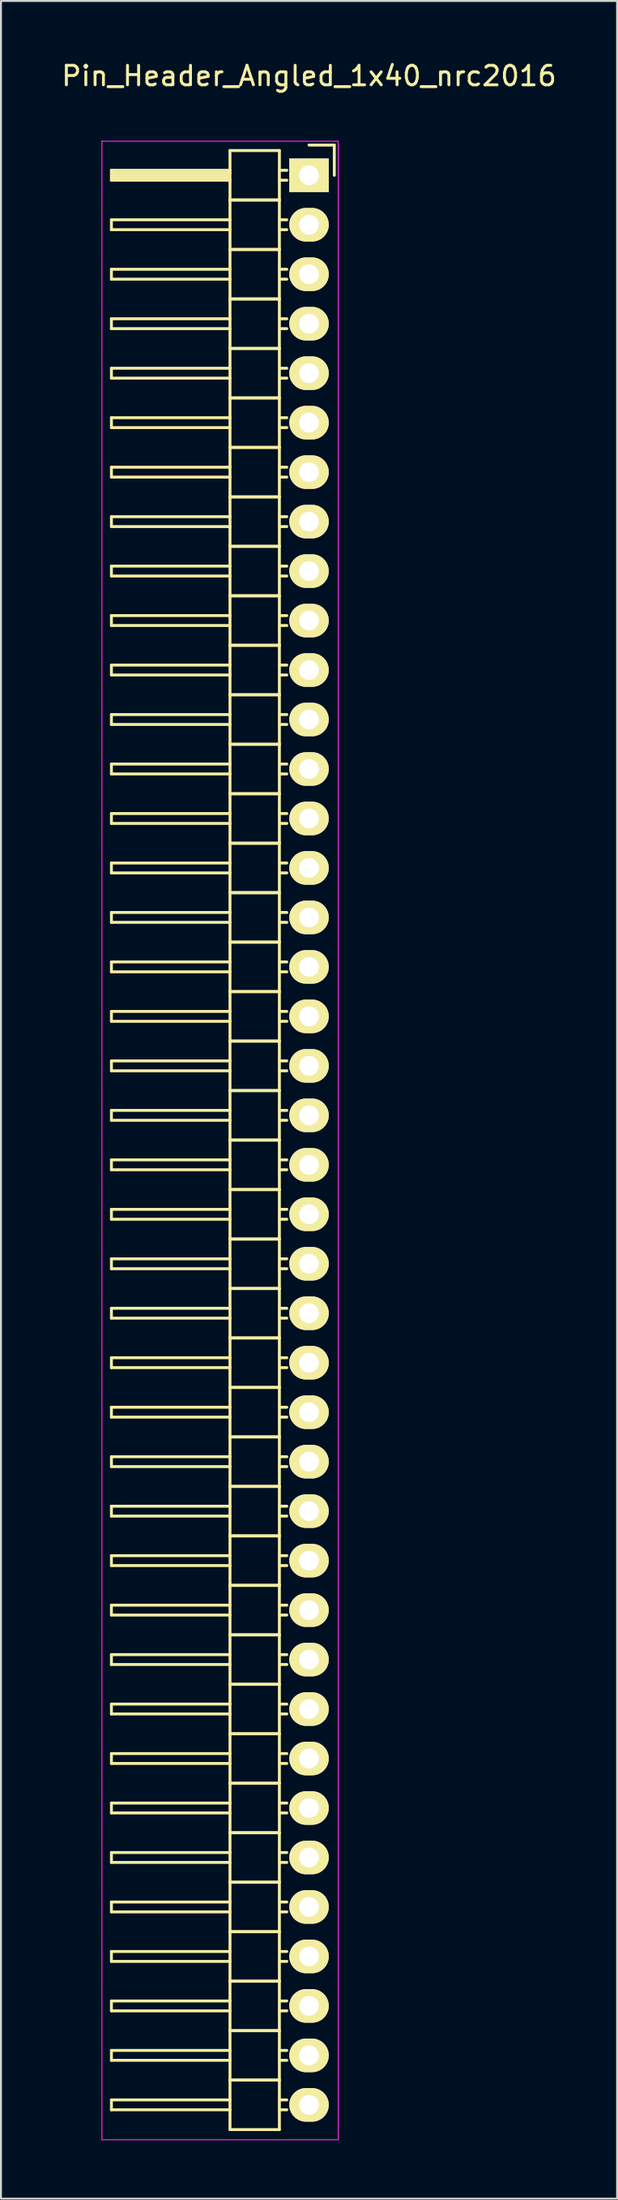
<source format=kicad_pcb>
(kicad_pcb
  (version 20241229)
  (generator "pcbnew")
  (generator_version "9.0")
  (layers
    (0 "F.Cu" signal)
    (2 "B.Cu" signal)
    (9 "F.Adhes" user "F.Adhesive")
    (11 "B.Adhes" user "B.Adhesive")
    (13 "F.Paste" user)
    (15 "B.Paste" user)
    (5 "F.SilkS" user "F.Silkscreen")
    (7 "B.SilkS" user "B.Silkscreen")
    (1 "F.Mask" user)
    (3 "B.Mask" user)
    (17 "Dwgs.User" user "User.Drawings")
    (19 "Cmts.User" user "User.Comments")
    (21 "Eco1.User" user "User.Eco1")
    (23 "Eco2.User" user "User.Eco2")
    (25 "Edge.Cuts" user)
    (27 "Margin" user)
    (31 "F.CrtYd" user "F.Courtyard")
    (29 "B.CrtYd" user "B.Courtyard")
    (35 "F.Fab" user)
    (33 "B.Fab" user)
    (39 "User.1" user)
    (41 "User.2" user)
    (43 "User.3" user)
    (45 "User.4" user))
  (footprint "Pin_Header_Angled_1x40_nrc2016"
    (layer "F.Cu")
    (at 3.949 5.948)
    (property "Reference" "Pin_Header_Angled_1x40_nrc2016" (at 8.89 -5.1 0) (layer "F.SilkS") (effects (font (size 1 1) (thickness 0.15))))
    (attr through_hole)
    (fp_line (start -1.27 -0.254) (end -1.27 0.254) (stroke (width 0.15) (type solid)) (layer "F.SilkS"))
    (fp_line (start -1.27 0.254) (end 4.826 0.254) (stroke (width 0.15) (type solid)) (layer "F.SilkS"))
    (fp_line (start -1.27 2.286) (end -1.27 2.794) (stroke (width 0.15) (type solid)) (layer "F.SilkS"))
    (fp_line (start -1.27 2.794) (end 4.826 2.794) (stroke (width 0.15) (type solid)) (layer "F.SilkS"))
    (fp_line (start -1.27 4.826) (end -1.27 5.334) (stroke (width 0.15) (type solid)) (layer "F.SilkS"))
    (fp_line (start -1.27 5.334) (end 4.826 5.334) (stroke (width 0.15) (type solid)) (layer "F.SilkS"))
    (fp_line (start -1.27 7.366) (end -1.27 7.874) (stroke (width 0.15) (type solid)) (layer "F.SilkS"))
    (fp_line (start -1.27 7.874) (end 4.826 7.874) (stroke (width 0.15) (type solid)) (layer "F.SilkS"))
    (fp_line (start -1.27 9.906) (end -1.27 10.414) (stroke (width 0.15) (type solid)) (layer "F.SilkS"))
    (fp_line (start -1.27 10.414) (end 4.826 10.414) (stroke (width 0.15) (type solid)) (layer "F.SilkS"))
    (fp_line (start -1.27 12.446) (end -1.27 12.954) (stroke (width 0.15) (type solid)) (layer "F.SilkS"))
    (fp_line (start -1.27 12.954) (end 4.826 12.954) (stroke (width 0.15) (type solid)) (layer "F.SilkS"))
    (fp_line (start -1.27 14.986) (end -1.27 15.494) (stroke (width 0.15) (type solid)) (layer "F.SilkS"))
    (fp_line (start -1.27 15.494) (end 4.826 15.494) (stroke (width 0.15) (type solid)) (layer "F.SilkS"))
    (fp_line (start -1.27 17.526) (end -1.27 18.034) (stroke (width 0.15) (type solid)) (layer "F.SilkS"))
    (fp_line (start -1.27 18.034) (end 4.826 18.034) (stroke (width 0.15) (type solid)) (layer "F.SilkS"))
    (fp_line (start -1.27 20.066) (end -1.27 20.574) (stroke (width 0.15) (type solid)) (layer "F.SilkS"))
    (fp_line (start -1.27 20.574) (end 4.826 20.574) (stroke (width 0.15) (type solid)) (layer "F.SilkS"))
    (fp_line (start -1.27 22.606) (end -1.27 23.114) (stroke (width 0.15) (type solid)) (layer "F.SilkS"))
    (fp_line (start -1.27 23.114) (end 4.826 23.114) (stroke (width 0.15) (type solid)) (layer "F.SilkS"))
    (fp_line (start -1.27 25.146) (end -1.27 25.654) (stroke (width 0.15) (type solid)) (layer "F.SilkS"))
    (fp_line (start -1.27 25.654) (end 4.826 25.654) (stroke (width 0.15) (type solid)) (layer "F.SilkS"))
    (fp_line (start -1.27 27.686) (end -1.27 28.194) (stroke (width 0.15) (type solid)) (layer "F.SilkS"))
    (fp_line (start -1.27 28.194) (end 4.826 28.194) (stroke (width 0.15) (type solid)) (layer "F.SilkS"))
    (fp_line (start -1.27 30.226) (end -1.27 30.734) (stroke (width 0.15) (type solid)) (layer "F.SilkS"))
    (fp_line (start -1.27 30.734) (end 4.826 30.734) (stroke (width 0.15) (type solid)) (layer "F.SilkS"))
    (fp_line (start -1.27 32.766) (end -1.27 33.274) (stroke (width 0.15) (type solid)) (layer "F.SilkS"))
    (fp_line (start -1.27 33.274) (end 4.826 33.274) (stroke (width 0.15) (type solid)) (layer "F.SilkS"))
    (fp_line (start -1.27 35.306) (end -1.27 35.814) (stroke (width 0.15) (type solid)) (layer "F.SilkS"))
    (fp_line (start -1.27 35.814) (end 4.826 35.814) (stroke (width 0.15) (type solid)) (layer "F.SilkS"))
    (fp_line (start -1.27 37.846) (end -1.27 38.354) (stroke (width 0.15) (type solid)) (layer "F.SilkS"))
    (fp_line (start -1.27 38.354) (end 4.826 38.354) (stroke (width 0.15) (type solid)) (layer "F.SilkS"))
    (fp_line (start -1.27 40.386) (end -1.27 40.894) (stroke (width 0.15) (type solid)) (layer "F.SilkS"))
    (fp_line (start -1.27 40.894) (end 4.826 40.894) (stroke (width 0.15) (type solid)) (layer "F.SilkS"))
    (fp_line (start -1.27 42.926) (end -1.27 43.434) (stroke (width 0.15) (type solid)) (layer "F.SilkS"))
    (fp_line (start -1.27 43.434) (end 4.826 43.434) (stroke (width 0.15) (type solid)) (layer "F.SilkS"))
    (fp_line (start -1.27 45.466) (end -1.27 45.974) (stroke (width 0.15) (type solid)) (layer "F.SilkS"))
    (fp_line (start -1.27 45.974) (end 4.826 45.974) (stroke (width 0.15) (type solid)) (layer "F.SilkS"))
    (fp_line (start -1.27 48.006) (end -1.27 48.514) (stroke (width 0.15) (type solid)) (layer "F.SilkS"))
    (fp_line (start -1.27 48.514) (end 4.826 48.514) (stroke (width 0.15) (type solid)) (layer "F.SilkS"))
    (fp_line (start -1.27 50.546) (end -1.27 51.054) (stroke (width 0.15) (type solid)) (layer "F.SilkS"))
    (fp_line (start -1.27 51.054) (end 4.826 51.054) (stroke (width 0.15) (type solid)) (layer "F.SilkS"))
    (fp_line (start -1.27 53.086) (end -1.27 53.594) (stroke (width 0.15) (type solid)) (layer "F.SilkS"))
    (fp_line (start -1.27 53.594) (end 4.826 53.594) (stroke (width 0.15) (type solid)) (layer "F.SilkS"))
    (fp_line (start -1.27 55.626) (end -1.27 56.134) (stroke (width 0.15) (type solid)) (layer "F.SilkS"))
    (fp_line (start -1.27 56.134) (end 4.826 56.134) (stroke (width 0.15) (type solid)) (layer "F.SilkS"))
    (fp_line (start -1.27 58.166) (end -1.27 58.674) (stroke (width 0.15) (type solid)) (layer "F.SilkS"))
    (fp_line (start -1.27 58.674) (end 4.826 58.674) (stroke (width 0.15) (type solid)) (layer "F.SilkS"))
    (fp_line (start -1.27 60.706) (end -1.27 61.214) (stroke (width 0.15) (type solid)) (layer "F.SilkS"))
    (fp_line (start -1.27 61.214) (end 4.826 61.214) (stroke (width 0.15) (type solid)) (layer "F.SilkS"))
    (fp_line (start -1.27 63.246) (end -1.27 63.754) (stroke (width 0.15) (type solid)) (layer "F.SilkS"))
    (fp_line (start -1.27 63.754) (end 4.826 63.754) (stroke (width 0.15) (type solid)) (layer "F.SilkS"))
    (fp_line (start -1.27 65.786) (end -1.27 66.294) (stroke (width 0.15) (type solid)) (layer "F.SilkS"))
    (fp_line (start -1.27 66.294) (end 4.826 66.294) (stroke (width 0.15) (type solid)) (layer "F.SilkS"))
    (fp_line (start -1.27 68.326) (end -1.27 68.834) (stroke (width 0.15) (type solid)) (layer "F.SilkS"))
    (fp_line (start -1.27 68.834) (end 4.826 68.834) (stroke (width 0.15) (type solid)) (layer "F.SilkS"))
    (fp_line (start -1.27 70.866) (end -1.27 71.374) (stroke (width 0.15) (type solid)) (layer "F.SilkS"))
    (fp_line (start -1.27 71.374) (end 4.826 71.374) (stroke (width 0.15) (type solid)) (layer "F.SilkS"))
    (fp_line (start -1.27 73.406) (end -1.27 73.914) (stroke (width 0.15) (type solid)) (layer "F.SilkS"))
    (fp_line (start -1.27 73.914) (end 4.826 73.914) (stroke (width 0.15) (type solid)) (layer "F.SilkS"))
    (fp_line (start -1.27 75.946) (end -1.27 76.454) (stroke (width 0.15) (type solid)) (layer "F.SilkS"))
    (fp_line (start -1.27 76.454) (end 4.826 76.454) (stroke (width 0.15) (type solid)) (layer "F.SilkS"))
    (fp_line (start -1.27 78.486) (end -1.27 78.994) (stroke (width 0.15) (type solid)) (layer "F.SilkS"))
    (fp_line (start -1.27 78.994) (end 4.826 78.994) (stroke (width 0.15) (type solid)) (layer "F.SilkS"))
    (fp_line (start -1.27 81.026) (end -1.27 81.534) (stroke (width 0.15) (type solid)) (layer "F.SilkS"))
    (fp_line (start -1.27 81.534) (end 4.826 81.534) (stroke (width 0.15) (type solid)) (layer "F.SilkS"))
    (fp_line (start -1.27 83.566) (end -1.27 84.074) (stroke (width 0.15) (type solid)) (layer "F.SilkS"))
    (fp_line (start -1.27 84.074) (end 4.826 84.074) (stroke (width 0.15) (type solid)) (layer "F.SilkS"))
    (fp_line (start -1.27 86.106) (end -1.27 86.614) (stroke (width 0.15) (type solid)) (layer "F.SilkS"))
    (fp_line (start -1.27 86.614) (end 4.826 86.614) (stroke (width 0.15) (type solid)) (layer "F.SilkS"))
    (fp_line (start -1.27 88.646) (end -1.27 89.154) (stroke (width 0.15) (type solid)) (layer "F.SilkS"))
    (fp_line (start -1.27 89.154) (end 4.826 89.154) (stroke (width 0.15) (type solid)) (layer "F.SilkS"))
    (fp_line (start -1.27 91.186) (end -1.27 91.694) (stroke (width 0.15) (type solid)) (layer "F.SilkS"))
    (fp_line (start -1.27 91.694) (end 4.826 91.694) (stroke (width 0.15) (type solid)) (layer "F.SilkS"))
    (fp_line (start -1.27 93.726) (end -1.27 94.234) (stroke (width 0.15) (type solid)) (layer "F.SilkS"))
    (fp_line (start -1.27 94.234) (end 4.826 94.234) (stroke (width 0.15) (type solid)) (layer "F.SilkS"))
    (fp_line (start -1.27 96.266) (end -1.27 96.774) (stroke (width 0.15) (type solid)) (layer "F.SilkS"))
    (fp_line (start -1.27 96.774) (end 4.826 96.774) (stroke (width 0.15) (type solid)) (layer "F.SilkS"))
    (fp_line (start -1.27 98.806) (end -1.27 99.314) (stroke (width 0.15) (type solid)) (layer "F.SilkS"))
    (fp_line (start -1.27 99.314) (end 4.826 99.314) (stroke (width 0.15) (type solid)) (layer "F.SilkS"))
    (fp_line (start -1.143 -0.127) (end -1.143 0.127) (stroke (width 0.15) (type solid)) (layer "F.SilkS"))
    (fp_line (start -1.143 0.127) (end 4.699 0.127) (stroke (width 0.15) (type solid)) (layer "F.SilkS"))
    (fp_line (start 4.699 0) (end -1.143 0) (stroke (width 0.15) (type solid)) (layer "F.SilkS"))
    (fp_line (start 4.699 0.127) (end 4.699 0) (stroke (width 0.15) (type solid)) (layer "F.SilkS"))
    (fp_line (start 4.826 -0.254) (end -1.27 -0.254) (stroke (width 0.15) (type solid)) (layer "F.SilkS"))
    (fp_line (start 4.826 -0.127) (end -1.143 -0.127) (stroke (width 0.15) (type solid)) (layer "F.SilkS"))
    (fp_line (start 4.826 1.27) (end 4.826 -1.27) (stroke (width 0.15) (type solid)) (layer "F.SilkS"))
    (fp_line (start 4.826 2.286) (end -1.27 2.286) (stroke (width 0.15) (type solid)) (layer "F.SilkS"))
    (fp_line (start 4.826 3.81) (end 4.826 1.27) (stroke (width 0.15) (type solid)) (layer "F.SilkS"))
    (fp_line (start 4.826 4.826) (end -1.27 4.826) (stroke (width 0.15) (type solid)) (layer "F.SilkS"))
    (fp_line (start 4.826 6.35) (end 4.826 3.81) (stroke (width 0.15) (type solid)) (layer "F.SilkS"))
    (fp_line (start 4.826 7.366) (end -1.27 7.366) (stroke (width 0.15) (type solid)) (layer "F.SilkS"))
    (fp_line (start 4.826 8.89) (end 4.826 6.35) (stroke (width 0.15) (type solid)) (layer "F.SilkS"))
    (fp_line (start 4.826 9.906) (end -1.27 9.906) (stroke (width 0.15) (type solid)) (layer "F.SilkS"))
    (fp_line (start 4.826 11.43) (end 4.826 8.89) (stroke (width 0.15) (type solid)) (layer "F.SilkS"))
    (fp_line (start 4.826 12.446) (end -1.27 12.446) (stroke (width 0.15) (type solid)) (layer "F.SilkS"))
    (fp_line (start 4.826 13.97) (end 4.826 11.43) (stroke (width 0.15) (type solid)) (layer "F.SilkS"))
    (fp_line (start 4.826 14.986) (end -1.27 14.986) (stroke (width 0.15) (type solid)) (layer "F.SilkS"))
    (fp_line (start 4.826 16.51) (end 4.826 13.97) (stroke (width 0.15) (type solid)) (layer "F.SilkS"))
    (fp_line (start 4.826 17.526) (end -1.27 17.526) (stroke (width 0.15) (type solid)) (layer "F.SilkS"))
    (fp_line (start 4.826 19.05) (end 4.826 16.51) (stroke (width 0.15) (type solid)) (layer "F.SilkS"))
    (fp_line (start 4.826 20.066) (end -1.27 20.066) (stroke (width 0.15) (type solid)) (layer "F.SilkS"))
    (fp_line (start 4.826 21.59) (end 4.826 19.05) (stroke (width 0.15) (type solid)) (layer "F.SilkS"))
    (fp_line (start 4.826 22.606) (end -1.27 22.606) (stroke (width 0.15) (type solid)) (layer "F.SilkS"))
    (fp_line (start 4.826 24.13) (end 4.826 21.59) (stroke (width 0.15) (type solid)) (layer "F.SilkS"))
    (fp_line (start 4.826 25.146) (end -1.27 25.146) (stroke (width 0.15) (type solid)) (layer "F.SilkS"))
    (fp_line (start 4.826 26.67) (end 4.826 24.13) (stroke (width 0.15) (type solid)) (layer "F.SilkS"))
    (fp_line (start 4.826 27.686) (end -1.27 27.686) (stroke (width 0.15) (type solid)) (layer "F.SilkS"))
    (fp_line (start 4.826 29.21) (end 4.826 26.67) (stroke (width 0.15) (type solid)) (layer "F.SilkS"))
    (fp_line (start 4.826 30.226) (end -1.27 30.226) (stroke (width 0.15) (type solid)) (layer "F.SilkS"))
    (fp_line (start 4.826 31.75) (end 4.826 29.21) (stroke (width 0.15) (type solid)) (layer "F.SilkS"))
    (fp_line (start 4.826 32.766) (end -1.27 32.766) (stroke (width 0.15) (type solid)) (layer "F.SilkS"))
    (fp_line (start 4.826 34.29) (end 4.826 31.75) (stroke (width 0.15) (type solid)) (layer "F.SilkS"))
    (fp_line (start 4.826 35.306) (end -1.27 35.306) (stroke (width 0.15) (type solid)) (layer "F.SilkS"))
    (fp_line (start 4.826 36.83) (end 4.826 34.29) (stroke (width 0.15) (type solid)) (layer "F.SilkS"))
    (fp_line (start 4.826 37.846) (end -1.27 37.846) (stroke (width 0.15) (type solid)) (layer "F.SilkS"))
    (fp_line (start 4.826 39.37) (end 4.826 36.83) (stroke (width 0.15) (type solid)) (layer "F.SilkS"))
    (fp_line (start 4.826 40.386) (end -1.27 40.386) (stroke (width 0.15) (type solid)) (layer "F.SilkS"))
    (fp_line (start 4.826 41.91) (end 4.826 39.37) (stroke (width 0.15) (type solid)) (layer "F.SilkS"))
    (fp_line (start 4.826 42.926) (end -1.27 42.926) (stroke (width 0.15) (type solid)) (layer "F.SilkS"))
    (fp_line (start 4.826 44.45) (end 4.826 41.91) (stroke (width 0.15) (type solid)) (layer "F.SilkS"))
    (fp_line (start 4.826 45.466) (end -1.27 45.466) (stroke (width 0.15) (type solid)) (layer "F.SilkS"))
    (fp_line (start 4.826 46.99) (end 4.826 44.45) (stroke (width 0.15) (type solid)) (layer "F.SilkS"))
    (fp_line (start 4.826 48.006) (end -1.27 48.006) (stroke (width 0.15) (type solid)) (layer "F.SilkS"))
    (fp_line (start 4.826 49.53) (end 4.826 46.99) (stroke (width 0.15) (type solid)) (layer "F.SilkS"))
    (fp_line (start 4.826 50.546) (end -1.27 50.546) (stroke (width 0.15) (type solid)) (layer "F.SilkS"))
    (fp_line (start 4.826 52.07) (end 4.826 49.53) (stroke (width 0.15) (type solid)) (layer "F.SilkS"))
    (fp_line (start 4.826 53.086) (end -1.27 53.086) (stroke (width 0.15) (type solid)) (layer "F.SilkS"))
    (fp_line (start 4.826 54.61) (end 4.826 52.07) (stroke (width 0.15) (type solid)) (layer "F.SilkS"))
    (fp_line (start 4.826 55.626) (end -1.27 55.626) (stroke (width 0.15) (type solid)) (layer "F.SilkS"))
    (fp_line (start 4.826 57.15) (end 4.826 54.61) (stroke (width 0.15) (type solid)) (layer "F.SilkS"))
    (fp_line (start 4.826 58.166) (end -1.27 58.166) (stroke (width 0.15) (type solid)) (layer "F.SilkS"))
    (fp_line (start 4.826 59.69) (end 4.826 57.15) (stroke (width 0.15) (type solid)) (layer "F.SilkS"))
    (fp_line (start 4.826 60.706) (end -1.27 60.706) (stroke (width 0.15) (type solid)) (layer "F.SilkS"))
    (fp_line (start 4.826 62.23) (end 4.826 59.69) (stroke (width 0.15) (type solid)) (layer "F.SilkS"))
    (fp_line (start 4.826 63.246) (end -1.27 63.246) (stroke (width 0.15) (type solid)) (layer "F.SilkS"))
    (fp_line (start 4.826 64.77) (end 4.826 62.23) (stroke (width 0.15) (type solid)) (layer "F.SilkS"))
    (fp_line (start 4.826 65.786) (end -1.27 65.786) (stroke (width 0.15) (type solid)) (layer "F.SilkS"))
    (fp_line (start 4.826 67.31) (end 4.826 64.77) (stroke (width 0.15) (type solid)) (layer "F.SilkS"))
    (fp_line (start 4.826 68.326) (end -1.27 68.326) (stroke (width 0.15) (type solid)) (layer "F.SilkS"))
    (fp_line (start 4.826 69.85) (end 4.826 67.31) (stroke (width 0.15) (type solid)) (layer "F.SilkS"))
    (fp_line (start 4.826 70.866) (end -1.27 70.866) (stroke (width 0.15) (type solid)) (layer "F.SilkS"))
    (fp_line (start 4.826 72.39) (end 4.826 69.85) (stroke (width 0.15) (type solid)) (layer "F.SilkS"))
    (fp_line (start 4.826 73.406) (end -1.27 73.406) (stroke (width 0.15) (type solid)) (layer "F.SilkS"))
    (fp_line (start 4.826 74.93) (end 4.826 72.39) (stroke (width 0.15) (type solid)) (layer "F.SilkS"))
    (fp_line (start 4.826 75.946) (end -1.27 75.946) (stroke (width 0.15) (type solid)) (layer "F.SilkS"))
    (fp_line (start 4.826 77.47) (end 4.826 74.93) (stroke (width 0.15) (type solid)) (layer "F.SilkS"))
    (fp_line (start 4.826 78.486) (end -1.27 78.486) (stroke (width 0.15) (type solid)) (layer "F.SilkS"))
    (fp_line (start 4.826 80.01) (end 4.826 77.47) (stroke (width 0.15) (type solid)) (layer "F.SilkS"))
    (fp_line (start 4.826 81.026) (end -1.27 81.026) (stroke (width 0.15) (type solid)) (layer "F.SilkS"))
    (fp_line (start 4.826 82.55) (end 4.826 80.01) (stroke (width 0.15) (type solid)) (layer "F.SilkS"))
    (fp_line (start 4.826 83.566) (end -1.27 83.566) (stroke (width 0.15) (type solid)) (layer "F.SilkS"))
    (fp_line (start 4.826 85.09) (end 4.826 82.55) (stroke (width 0.15) (type solid)) (layer "F.SilkS"))
    (fp_line (start 4.826 86.106) (end -1.27 86.106) (stroke (width 0.15) (type solid)) (layer "F.SilkS"))
    (fp_line (start 4.826 87.63) (end 4.826 85.09) (stroke (width 0.15) (type solid)) (layer "F.SilkS"))
    (fp_line (start 4.826 88.646) (end -1.27 88.646) (stroke (width 0.15) (type solid)) (layer "F.SilkS"))
    (fp_line (start 4.826 90.17) (end 4.826 87.63) (stroke (width 0.15) (type solid)) (layer "F.SilkS"))
    (fp_line (start 4.826 91.186) (end -1.27 91.186) (stroke (width 0.15) (type solid)) (layer "F.SilkS"))
    (fp_line (start 4.826 92.71) (end 4.826 90.17) (stroke (width 0.15) (type solid)) (layer "F.SilkS"))
    (fp_line (start 4.826 93.726) (end -1.27 93.726) (stroke (width 0.15) (type solid)) (layer "F.SilkS"))
    (fp_line (start 4.826 95.25) (end 4.826 92.71) (stroke (width 0.15) (type solid)) (layer "F.SilkS"))
    (fp_line (start 4.826 96.266) (end -1.27 96.266) (stroke (width 0.15) (type solid)) (layer "F.SilkS"))
    (fp_line (start 4.826 97.79) (end 4.826 95.25) (stroke (width 0.15) (type solid)) (layer "F.SilkS"))
    (fp_line (start 4.826 98.806) (end -1.27 98.806) (stroke (width 0.15) (type solid)) (layer "F.SilkS"))
    (fp_line (start 4.826 100.33) (end 4.826 97.79) (stroke (width 0.15) (type solid)) (layer "F.SilkS"))
    (fp_line (start 7.366 -1.27) (end 4.826 -1.27) (stroke (width 0.15) (type solid)) (layer "F.SilkS"))
    (fp_line (start 7.366 -1.27) (end 7.366 1.27) (stroke (width 0.15) (type solid)) (layer "F.SilkS"))
    (fp_line (start 7.366 -0.254) (end 7.747 -0.254) (stroke (width 0.15) (type solid)) (layer "F.SilkS"))
    (fp_line (start 7.366 0.254) (end 7.747 0.254) (stroke (width 0.15) (type solid)) (layer "F.SilkS"))
    (fp_line (start 7.366 1.27) (end 4.826 1.27) (stroke (width 0.15) (type solid)) (layer "F.SilkS"))
    (fp_line (start 7.366 1.27) (end 4.826 1.27) (stroke (width 0.15) (type solid)) (layer "F.SilkS"))
    (fp_line (start 7.366 1.27) (end 7.366 3.81) (stroke (width 0.15) (type solid)) (layer "F.SilkS"))
    (fp_line (start 7.366 2.286) (end 7.747 2.286) (stroke (width 0.15) (type solid)) (layer "F.SilkS"))
    (fp_line (start 7.366 2.794) (end 7.747 2.794) (stroke (width 0.15) (type solid)) (layer "F.SilkS"))
    (fp_line (start 7.366 3.81) (end 4.826 3.81) (stroke (width 0.15) (type solid)) (layer "F.SilkS"))
    (fp_line (start 7.366 3.81) (end 4.826 3.81) (stroke (width 0.15) (type solid)) (layer "F.SilkS"))
    (fp_line (start 7.366 3.81) (end 7.366 6.35) (stroke (width 0.15) (type solid)) (layer "F.SilkS"))
    (fp_line (start 7.366 4.826) (end 7.747 4.826) (stroke (width 0.15) (type solid)) (layer "F.SilkS"))
    (fp_line (start 7.366 5.334) (end 7.747 5.334) (stroke (width 0.15) (type solid)) (layer "F.SilkS"))
    (fp_line (start 7.366 6.35) (end 4.826 6.35) (stroke (width 0.15) (type solid)) (layer "F.SilkS"))
    (fp_line (start 7.366 6.35) (end 4.826 6.35) (stroke (width 0.15) (type solid)) (layer "F.SilkS"))
    (fp_line (start 7.366 6.35) (end 7.366 8.89) (stroke (width 0.15) (type solid)) (layer "F.SilkS"))
    (fp_line (start 7.366 7.366) (end 7.747 7.366) (stroke (width 0.15) (type solid)) (layer "F.SilkS"))
    (fp_line (start 7.366 7.874) (end 7.747 7.874) (stroke (width 0.15) (type solid)) (layer "F.SilkS"))
    (fp_line (start 7.366 8.89) (end 4.826 8.89) (stroke (width 0.15) (type solid)) (layer "F.SilkS"))
    (fp_line (start 7.366 8.89) (end 4.826 8.89) (stroke (width 0.15) (type solid)) (layer "F.SilkS"))
    (fp_line (start 7.366 8.89) (end 7.366 11.43) (stroke (width 0.15) (type solid)) (layer "F.SilkS"))
    (fp_line (start 7.366 9.906) (end 7.747 9.906) (stroke (width 0.15) (type solid)) (layer "F.SilkS"))
    (fp_line (start 7.366 10.414) (end 7.747 10.414) (stroke (width 0.15) (type solid)) (layer "F.SilkS"))
    (fp_line (start 7.366 11.43) (end 4.826 11.43) (stroke (width 0.15) (type solid)) (layer "F.SilkS"))
    (fp_line (start 7.366 11.43) (end 4.826 11.43) (stroke (width 0.15) (type solid)) (layer "F.SilkS"))
    (fp_line (start 7.366 11.43) (end 7.366 13.97) (stroke (width 0.15) (type solid)) (layer "F.SilkS"))
    (fp_line (start 7.366 12.446) (end 7.747 12.446) (stroke (width 0.15) (type solid)) (layer "F.SilkS"))
    (fp_line (start 7.366 12.954) (end 7.747 12.954) (stroke (width 0.15) (type solid)) (layer "F.SilkS"))
    (fp_line (start 7.366 13.97) (end 4.826 13.97) (stroke (width 0.15) (type solid)) (layer "F.SilkS"))
    (fp_line (start 7.366 13.97) (end 4.826 13.97) (stroke (width 0.15) (type solid)) (layer "F.SilkS"))
    (fp_line (start 7.366 13.97) (end 7.366 16.51) (stroke (width 0.15) (type solid)) (layer "F.SilkS"))
    (fp_line (start 7.366 14.986) (end 7.747 14.986) (stroke (width 0.15) (type solid)) (layer "F.SilkS"))
    (fp_line (start 7.366 15.494) (end 7.747 15.494) (stroke (width 0.15) (type solid)) (layer "F.SilkS"))
    (fp_line (start 7.366 16.51) (end 4.826 16.51) (stroke (width 0.15) (type solid)) (layer "F.SilkS"))
    (fp_line (start 7.366 16.51) (end 4.826 16.51) (stroke (width 0.15) (type solid)) (layer "F.SilkS"))
    (fp_line (start 7.366 16.51) (end 7.366 19.05) (stroke (width 0.15) (type solid)) (layer "F.SilkS"))
    (fp_line (start 7.366 17.526) (end 7.747 17.526) (stroke (width 0.15) (type solid)) (layer "F.SilkS"))
    (fp_line (start 7.366 18.034) (end 7.747 18.034) (stroke (width 0.15) (type solid)) (layer "F.SilkS"))
    (fp_line (start 7.366 19.05) (end 4.826 19.05) (stroke (width 0.15) (type solid)) (layer "F.SilkS"))
    (fp_line (start 7.366 19.05) (end 4.826 19.05) (stroke (width 0.15) (type solid)) (layer "F.SilkS"))
    (fp_line (start 7.366 19.05) (end 7.366 21.59) (stroke (width 0.15) (type solid)) (layer "F.SilkS"))
    (fp_line (start 7.366 20.066) (end 7.747 20.066) (stroke (width 0.15) (type solid)) (layer "F.SilkS"))
    (fp_line (start 7.366 20.574) (end 7.747 20.574) (stroke (width 0.15) (type solid)) (layer "F.SilkS"))
    (fp_line (start 7.366 21.59) (end 4.826 21.59) (stroke (width 0.15) (type solid)) (layer "F.SilkS"))
    (fp_line (start 7.366 21.59) (end 4.826 21.59) (stroke (width 0.15) (type solid)) (layer "F.SilkS"))
    (fp_line (start 7.366 21.59) (end 7.366 24.13) (stroke (width 0.15) (type solid)) (layer "F.SilkS"))
    (fp_line (start 7.366 22.606) (end 7.747 22.606) (stroke (width 0.15) (type solid)) (layer "F.SilkS"))
    (fp_line (start 7.366 23.114) (end 7.747 23.114) (stroke (width 0.15) (type solid)) (layer "F.SilkS"))
    (fp_line (start 7.366 24.13) (end 4.826 24.13) (stroke (width 0.15) (type solid)) (layer "F.SilkS"))
    (fp_line (start 7.366 24.13) (end 4.826 24.13) (stroke (width 0.15) (type solid)) (layer "F.SilkS"))
    (fp_line (start 7.366 24.13) (end 7.366 26.67) (stroke (width 0.15) (type solid)) (layer "F.SilkS"))
    (fp_line (start 7.366 25.146) (end 7.747 25.146) (stroke (width 0.15) (type solid)) (layer "F.SilkS"))
    (fp_line (start 7.366 25.654) (end 7.747 25.654) (stroke (width 0.15) (type solid)) (layer "F.SilkS"))
    (fp_line (start 7.366 26.67) (end 4.826 26.67) (stroke (width 0.15) (type solid)) (layer "F.SilkS"))
    (fp_line (start 7.366 26.67) (end 4.826 26.67) (stroke (width 0.15) (type solid)) (layer "F.SilkS"))
    (fp_line (start 7.366 26.67) (end 7.366 29.21) (stroke (width 0.15) (type solid)) (layer "F.SilkS"))
    (fp_line (start 7.366 27.686) (end 7.747 27.686) (stroke (width 0.15) (type solid)) (layer "F.SilkS"))
    (fp_line (start 7.366 28.194) (end 7.747 28.194) (stroke (width 0.15) (type solid)) (layer "F.SilkS"))
    (fp_line (start 7.366 29.21) (end 4.826 29.21) (stroke (width 0.15) (type solid)) (layer "F.SilkS"))
    (fp_line (start 7.366 29.21) (end 4.826 29.21) (stroke (width 0.15) (type solid)) (layer "F.SilkS"))
    (fp_line (start 7.366 29.21) (end 7.366 31.75) (stroke (width 0.15) (type solid)) (layer "F.SilkS"))
    (fp_line (start 7.366 30.226) (end 7.747 30.226) (stroke (width 0.15) (type solid)) (layer "F.SilkS"))
    (fp_line (start 7.366 30.734) (end 7.747 30.734) (stroke (width 0.15) (type solid)) (layer "F.SilkS"))
    (fp_line (start 7.366 31.75) (end 4.826 31.75) (stroke (width 0.15) (type solid)) (layer "F.SilkS"))
    (fp_line (start 7.366 31.75) (end 4.826 31.75) (stroke (width 0.15) (type solid)) (layer "F.SilkS"))
    (fp_line (start 7.366 31.75) (end 7.366 34.29) (stroke (width 0.15) (type solid)) (layer "F.SilkS"))
    (fp_line (start 7.366 32.766) (end 7.747 32.766) (stroke (width 0.15) (type solid)) (layer "F.SilkS"))
    (fp_line (start 7.366 33.274) (end 7.747 33.274) (stroke (width 0.15) (type solid)) (layer "F.SilkS"))
    (fp_line (start 7.366 34.29) (end 4.826 34.29) (stroke (width 0.15) (type solid)) (layer "F.SilkS"))
    (fp_line (start 7.366 34.29) (end 4.826 34.29) (stroke (width 0.15) (type solid)) (layer "F.SilkS"))
    (fp_line (start 7.366 34.29) (end 7.366 36.83) (stroke (width 0.15) (type solid)) (layer "F.SilkS"))
    (fp_line (start 7.366 35.306) (end 7.747 35.306) (stroke (width 0.15) (type solid)) (layer "F.SilkS"))
    (fp_line (start 7.366 35.814) (end 7.747 35.814) (stroke (width 0.15) (type solid)) (layer "F.SilkS"))
    (fp_line (start 7.366 36.83) (end 4.826 36.83) (stroke (width 0.15) (type solid)) (layer "F.SilkS"))
    (fp_line (start 7.366 36.83) (end 4.826 36.83) (stroke (width 0.15) (type solid)) (layer "F.SilkS"))
    (fp_line (start 7.366 36.83) (end 7.366 39.37) (stroke (width 0.15) (type solid)) (layer "F.SilkS"))
    (fp_line (start 7.366 37.846) (end 7.747 37.846) (stroke (width 0.15) (type solid)) (layer "F.SilkS"))
    (fp_line (start 7.366 38.354) (end 7.747 38.354) (stroke (width 0.15) (type solid)) (layer "F.SilkS"))
    (fp_line (start 7.366 39.37) (end 4.826 39.37) (stroke (width 0.15) (type solid)) (layer "F.SilkS"))
    (fp_line (start 7.366 39.37) (end 4.826 39.37) (stroke (width 0.15) (type solid)) (layer "F.SilkS"))
    (fp_line (start 7.366 39.37) (end 7.366 41.91) (stroke (width 0.15) (type solid)) (layer "F.SilkS"))
    (fp_line (start 7.366 40.386) (end 7.747 40.386) (stroke (width 0.15) (type solid)) (layer "F.SilkS"))
    (fp_line (start 7.366 40.894) (end 7.747 40.894) (stroke (width 0.15) (type solid)) (layer "F.SilkS"))
    (fp_line (start 7.366 41.91) (end 4.826 41.91) (stroke (width 0.15) (type solid)) (layer "F.SilkS"))
    (fp_line (start 7.366 41.91) (end 4.826 41.91) (stroke (width 0.15) (type solid)) (layer "F.SilkS"))
    (fp_line (start 7.366 41.91) (end 7.366 44.45) (stroke (width 0.15) (type solid)) (layer "F.SilkS"))
    (fp_line (start 7.366 42.926) (end 7.747 42.926) (stroke (width 0.15) (type solid)) (layer "F.SilkS"))
    (fp_line (start 7.366 43.434) (end 7.747 43.434) (stroke (width 0.15) (type solid)) (layer "F.SilkS"))
    (fp_line (start 7.366 44.45) (end 4.826 44.45) (stroke (width 0.15) (type solid)) (layer "F.SilkS"))
    (fp_line (start 7.366 44.45) (end 4.826 44.45) (stroke (width 0.15) (type solid)) (layer "F.SilkS"))
    (fp_line (start 7.366 44.45) (end 7.366 46.99) (stroke (width 0.15) (type solid)) (layer "F.SilkS"))
    (fp_line (start 7.366 45.466) (end 7.747 45.466) (stroke (width 0.15) (type solid)) (layer "F.SilkS"))
    (fp_line (start 7.366 45.974) (end 7.747 45.974) (stroke (width 0.15) (type solid)) (layer "F.SilkS"))
    (fp_line (start 7.366 46.99) (end 4.826 46.99) (stroke (width 0.15) (type solid)) (layer "F.SilkS"))
    (fp_line (start 7.366 46.99) (end 4.826 46.99) (stroke (width 0.15) (type solid)) (layer "F.SilkS"))
    (fp_line (start 7.366 46.99) (end 7.366 49.53) (stroke (width 0.15) (type solid)) (layer "F.SilkS"))
    (fp_line (start 7.366 48.006) (end 7.747 48.006) (stroke (width 0.15) (type solid)) (layer "F.SilkS"))
    (fp_line (start 7.366 48.514) (end 7.747 48.514) (stroke (width 0.15) (type solid)) (layer "F.SilkS"))
    (fp_line (start 7.366 49.53) (end 4.826 49.53) (stroke (width 0.15) (type solid)) (layer "F.SilkS"))
    (fp_line (start 7.366 49.53) (end 4.826 49.53) (stroke (width 0.15) (type solid)) (layer "F.SilkS"))
    (fp_line (start 7.366 49.53) (end 7.366 52.07) (stroke (width 0.15) (type solid)) (layer "F.SilkS"))
    (fp_line (start 7.366 50.546) (end 7.747 50.546) (stroke (width 0.15) (type solid)) (layer "F.SilkS"))
    (fp_line (start 7.366 51.054) (end 7.747 51.054) (stroke (width 0.15) (type solid)) (layer "F.SilkS"))
    (fp_line (start 7.366 52.07) (end 4.826 52.07) (stroke (width 0.15) (type solid)) (layer "F.SilkS"))
    (fp_line (start 7.366 52.07) (end 4.826 52.07) (stroke (width 0.15) (type solid)) (layer "F.SilkS"))
    (fp_line (start 7.366 52.07) (end 7.366 54.61) (stroke (width 0.15) (type solid)) (layer "F.SilkS"))
    (fp_line (start 7.366 53.086) (end 7.747 53.086) (stroke (width 0.15) (type solid)) (layer "F.SilkS"))
    (fp_line (start 7.366 53.594) (end 7.747 53.594) (stroke (width 0.15) (type solid)) (layer "F.SilkS"))
    (fp_line (start 7.366 54.61) (end 4.826 54.61) (stroke (width 0.15) (type solid)) (layer "F.SilkS"))
    (fp_line (start 7.366 54.61) (end 4.826 54.61) (stroke (width 0.15) (type solid)) (layer "F.SilkS"))
    (fp_line (start 7.366 54.61) (end 7.366 57.15) (stroke (width 0.15) (type solid)) (layer "F.SilkS"))
    (fp_line (start 7.366 55.626) (end 7.747 55.626) (stroke (width 0.15) (type solid)) (layer "F.SilkS"))
    (fp_line (start 7.366 56.134) (end 7.747 56.134) (stroke (width 0.15) (type solid)) (layer "F.SilkS"))
    (fp_line (start 7.366 57.15) (end 4.826 57.15) (stroke (width 0.15) (type solid)) (layer "F.SilkS"))
    (fp_line (start 7.366 57.15) (end 4.826 57.15) (stroke (width 0.15) (type solid)) (layer "F.SilkS"))
    (fp_line (start 7.366 57.15) (end 7.366 59.69) (stroke (width 0.15) (type solid)) (layer "F.SilkS"))
    (fp_line (start 7.366 58.166) (end 7.747 58.166) (stroke (width 0.15) (type solid)) (layer "F.SilkS"))
    (fp_line (start 7.366 58.674) (end 7.747 58.674) (stroke (width 0.15) (type solid)) (layer "F.SilkS"))
    (fp_line (start 7.366 59.69) (end 4.826 59.69) (stroke (width 0.15) (type solid)) (layer "F.SilkS"))
    (fp_line (start 7.366 59.69) (end 4.826 59.69) (stroke (width 0.15) (type solid)) (layer "F.SilkS"))
    (fp_line (start 7.366 59.69) (end 7.366 62.23) (stroke (width 0.15) (type solid)) (layer "F.SilkS"))
    (fp_line (start 7.366 60.706) (end 7.747 60.706) (stroke (width 0.15) (type solid)) (layer "F.SilkS"))
    (fp_line (start 7.366 61.214) (end 7.747 61.214) (stroke (width 0.15) (type solid)) (layer "F.SilkS"))
    (fp_line (start 7.366 62.23) (end 4.826 62.23) (stroke (width 0.15) (type solid)) (layer "F.SilkS"))
    (fp_line (start 7.366 62.23) (end 4.826 62.23) (stroke (width 0.15) (type solid)) (layer "F.SilkS"))
    (fp_line (start 7.366 62.23) (end 7.366 64.77) (stroke (width 0.15) (type solid)) (layer "F.SilkS"))
    (fp_line (start 7.366 63.246) (end 7.747 63.246) (stroke (width 0.15) (type solid)) (layer "F.SilkS"))
    (fp_line (start 7.366 63.754) (end 7.747 63.754) (stroke (width 0.15) (type solid)) (layer "F.SilkS"))
    (fp_line (start 7.366 64.77) (end 4.826 64.77) (stroke (width 0.15) (type solid)) (layer "F.SilkS"))
    (fp_line (start 7.366 64.77) (end 4.826 64.77) (stroke (width 0.15) (type solid)) (layer "F.SilkS"))
    (fp_line (start 7.366 64.77) (end 7.366 67.31) (stroke (width 0.15) (type solid)) (layer "F.SilkS"))
    (fp_line (start 7.366 65.786) (end 7.747 65.786) (stroke (width 0.15) (type solid)) (layer "F.SilkS"))
    (fp_line (start 7.366 66.294) (end 7.747 66.294) (stroke (width 0.15) (type solid)) (layer "F.SilkS"))
    (fp_line (start 7.366 67.31) (end 4.826 67.31) (stroke (width 0.15) (type solid)) (layer "F.SilkS"))
    (fp_line (start 7.366 67.31) (end 4.826 67.31) (stroke (width 0.15) (type solid)) (layer "F.SilkS"))
    (fp_line (start 7.366 67.31) (end 7.366 69.85) (stroke (width 0.15) (type solid)) (layer "F.SilkS"))
    (fp_line (start 7.366 68.326) (end 7.747 68.326) (stroke (width 0.15) (type solid)) (layer "F.SilkS"))
    (fp_line (start 7.366 68.834) (end 7.747 68.834) (stroke (width 0.15) (type solid)) (layer "F.SilkS"))
    (fp_line (start 7.366 69.85) (end 4.826 69.85) (stroke (width 0.15) (type solid)) (layer "F.SilkS"))
    (fp_line (start 7.366 69.85) (end 4.826 69.85) (stroke (width 0.15) (type solid)) (layer "F.SilkS"))
    (fp_line (start 7.366 69.85) (end 7.366 72.39) (stroke (width 0.15) (type solid)) (layer "F.SilkS"))
    (fp_line (start 7.366 70.866) (end 7.747 70.866) (stroke (width 0.15) (type solid)) (layer "F.SilkS"))
    (fp_line (start 7.366 71.374) (end 7.747 71.374) (stroke (width 0.15) (type solid)) (layer "F.SilkS"))
    (fp_line (start 7.366 72.39) (end 4.826 72.39) (stroke (width 0.15) (type solid)) (layer "F.SilkS"))
    (fp_line (start 7.366 72.39) (end 4.826 72.39) (stroke (width 0.15) (type solid)) (layer "F.SilkS"))
    (fp_line (start 7.366 72.39) (end 7.366 74.93) (stroke (width 0.15) (type solid)) (layer "F.SilkS"))
    (fp_line (start 7.366 73.406) (end 7.747 73.406) (stroke (width 0.15) (type solid)) (layer "F.SilkS"))
    (fp_line (start 7.366 73.914) (end 7.747 73.914) (stroke (width 0.15) (type solid)) (layer "F.SilkS"))
    (fp_line (start 7.366 74.93) (end 4.826 74.93) (stroke (width 0.15) (type solid)) (layer "F.SilkS"))
    (fp_line (start 7.366 74.93) (end 4.826 74.93) (stroke (width 0.15) (type solid)) (layer "F.SilkS"))
    (fp_line (start 7.366 74.93) (end 7.366 77.47) (stroke (width 0.15) (type solid)) (layer "F.SilkS"))
    (fp_line (start 7.366 75.946) (end 7.747 75.946) (stroke (width 0.15) (type solid)) (layer "F.SilkS"))
    (fp_line (start 7.366 76.454) (end 7.747 76.454) (stroke (width 0.15) (type solid)) (layer "F.SilkS"))
    (fp_line (start 7.366 77.47) (end 4.826 77.47) (stroke (width 0.15) (type solid)) (layer "F.SilkS"))
    (fp_line (start 7.366 77.47) (end 4.826 77.47) (stroke (width 0.15) (type solid)) (layer "F.SilkS"))
    (fp_line (start 7.366 77.47) (end 7.366 80.01) (stroke (width 0.15) (type solid)) (layer "F.SilkS"))
    (fp_line (start 7.366 78.486) (end 7.747 78.486) (stroke (width 0.15) (type solid)) (layer "F.SilkS"))
    (fp_line (start 7.366 78.994) (end 7.747 78.994) (stroke (width 0.15) (type solid)) (layer "F.SilkS"))
    (fp_line (start 7.366 80.01) (end 4.826 80.01) (stroke (width 0.15) (type solid)) (layer "F.SilkS"))
    (fp_line (start 7.366 80.01) (end 4.826 80.01) (stroke (width 0.15) (type solid)) (layer "F.SilkS"))
    (fp_line (start 7.366 80.01) (end 7.366 82.55) (stroke (width 0.15) (type solid)) (layer "F.SilkS"))
    (fp_line (start 7.366 81.026) (end 7.747 81.026) (stroke (width 0.15) (type solid)) (layer "F.SilkS"))
    (fp_line (start 7.366 81.534) (end 7.747 81.534) (stroke (width 0.15) (type solid)) (layer "F.SilkS"))
    (fp_line (start 7.366 82.55) (end 4.826 82.55) (stroke (width 0.15) (type solid)) (layer "F.SilkS"))
    (fp_line (start 7.366 82.55) (end 4.826 82.55) (stroke (width 0.15) (type solid)) (layer "F.SilkS"))
    (fp_line (start 7.366 82.55) (end 7.366 85.09) (stroke (width 0.15) (type solid)) (layer "F.SilkS"))
    (fp_line (start 7.366 83.566) (end 7.747 83.566) (stroke (width 0.15) (type solid)) (layer "F.SilkS"))
    (fp_line (start 7.366 84.074) (end 7.747 84.074) (stroke (width 0.15) (type solid)) (layer "F.SilkS"))
    (fp_line (start 7.366 85.09) (end 4.826 85.09) (stroke (width 0.15) (type solid)) (layer "F.SilkS"))
    (fp_line (start 7.366 85.09) (end 4.826 85.09) (stroke (width 0.15) (type solid)) (layer "F.SilkS"))
    (fp_line (start 7.366 85.09) (end 7.366 87.63) (stroke (width 0.15) (type solid)) (layer "F.SilkS"))
    (fp_line (start 7.366 86.106) (end 7.747 86.106) (stroke (width 0.15) (type solid)) (layer "F.SilkS"))
    (fp_line (start 7.366 86.614) (end 7.747 86.614) (stroke (width 0.15) (type solid)) (layer "F.SilkS"))
    (fp_line (start 7.366 87.63) (end 4.826 87.63) (stroke (width 0.15) (type solid)) (layer "F.SilkS"))
    (fp_line (start 7.366 87.63) (end 4.826 87.63) (stroke (width 0.15) (type solid)) (layer "F.SilkS"))
    (fp_line (start 7.366 87.63) (end 7.366 90.17) (stroke (width 0.15) (type solid)) (layer "F.SilkS"))
    (fp_line (start 7.366 88.646) (end 7.747 88.646) (stroke (width 0.15) (type solid)) (layer "F.SilkS"))
    (fp_line (start 7.366 89.154) (end 7.747 89.154) (stroke (width 0.15) (type solid)) (layer "F.SilkS"))
    (fp_line (start 7.366 90.17) (end 4.826 90.17) (stroke (width 0.15) (type solid)) (layer "F.SilkS"))
    (fp_line (start 7.366 90.17) (end 4.826 90.17) (stroke (width 0.15) (type solid)) (layer "F.SilkS"))
    (fp_line (start 7.366 90.17) (end 7.366 92.71) (stroke (width 0.15) (type solid)) (layer "F.SilkS"))
    (fp_line (start 7.366 91.186) (end 7.747 91.186) (stroke (width 0.15) (type solid)) (layer "F.SilkS"))
    (fp_line (start 7.366 91.694) (end 7.747 91.694) (stroke (width 0.15) (type solid)) (layer "F.SilkS"))
    (fp_line (start 7.366 92.71) (end 4.826 92.71) (stroke (width 0.15) (type solid)) (layer "F.SilkS"))
    (fp_line (start 7.366 92.71) (end 4.826 92.71) (stroke (width 0.15) (type solid)) (layer "F.SilkS"))
    (fp_line (start 7.366 92.71) (end 7.366 95.25) (stroke (width 0.15) (type solid)) (layer "F.SilkS"))
    (fp_line (start 7.366 93.726) (end 7.747 93.726) (stroke (width 0.15) (type solid)) (layer "F.SilkS"))
    (fp_line (start 7.366 94.234) (end 7.747 94.234) (stroke (width 0.15) (type solid)) (layer "F.SilkS"))
    (fp_line (start 7.366 95.25) (end 4.826 95.25) (stroke (width 0.15) (type solid)) (layer "F.SilkS"))
    (fp_line (start 7.366 95.25) (end 4.826 95.25) (stroke (width 0.15) (type solid)) (layer "F.SilkS"))
    (fp_line (start 7.366 95.25) (end 7.366 97.79) (stroke (width 0.15) (type solid)) (layer "F.SilkS"))
    (fp_line (start 7.366 96.266) (end 7.747 96.266) (stroke (width 0.15) (type solid)) (layer "F.SilkS"))
    (fp_line (start 7.366 96.774) (end 7.747 96.774) (stroke (width 0.15) (type solid)) (layer "F.SilkS"))
    (fp_line (start 7.366 97.79) (end 4.826 97.79) (stroke (width 0.15) (type solid)) (layer "F.SilkS"))
    (fp_line (start 7.366 97.79) (end 4.826 97.79) (stroke (width 0.15) (type solid)) (layer "F.SilkS"))
    (fp_line (start 7.366 97.79) (end 7.366 100.33) (stroke (width 0.15) (type solid)) (layer "F.SilkS"))
    (fp_line (start 7.366 98.806) (end 7.747 98.806) (stroke (width 0.15) (type solid)) (layer "F.SilkS"))
    (fp_line (start 7.366 99.314) (end 7.747 99.314) (stroke (width 0.15) (type solid)) (layer "F.SilkS"))
    (fp_line (start 7.366 100.33) (end 4.826 100.33) (stroke (width 0.15) (type solid)) (layer "F.SilkS"))
    (fp_line (start 8.89 -1.55) (end 10.19 -1.55) (stroke (width 0.15) (type solid)) (layer "F.SilkS"))
    (fp_line (start 10.19 -1.55) (end 10.19 0) (stroke (width 0.15) (type solid)) (layer "F.SilkS"))
    (fp_line (start -1.76 -1.75) (end -1.76 100.85) (stroke (width 0.05) (type solid)) (layer "F.CrtYd"))
    (fp_line (start 10.39 -1.75) (end -1.76 -1.75) (stroke (width 0.05) (type solid)) (layer "F.CrtYd"))
    (fp_line (start 10.39 -1.75) (end 10.39 100.85) (stroke (width 0.05) (type solid)) (layer "F.CrtYd"))
    (fp_line (start 10.39 100.85) (end -1.76 100.85) (stroke (width 0.05) (type solid)) (layer "F.CrtYd"))
    (pad "1" thru_hole rect (at 8.89 0 180) (size 2.032 1.727) (drill 1.016) (layers "*.Cu" "*.Mask" "F.SilkS"))
    (pad "2" thru_hole oval (at 8.89 2.54 180) (size 2.032 1.727) (drill 1.016) (layers "*.Cu" "*.Mask" "F.SilkS"))
    (pad "3" thru_hole oval (at 8.89 5.08 180) (size 2.032 1.727) (drill 1.016) (layers "*.Cu" "*.Mask" "F.SilkS"))
    (pad "4" thru_hole oval (at 8.89 7.62 180) (size 2.032 1.727) (drill 1.016) (layers "*.Cu" "*.Mask" "F.SilkS"))
    (pad "5" thru_hole oval (at 8.89 10.16 180) (size 2.032 1.727) (drill 1.016) (layers "*.Cu" "*.Mask" "F.SilkS"))
    (pad "6" thru_hole oval (at 8.89 12.7 180) (size 2.032 1.727) (drill 1.016) (layers "*.Cu" "*.Mask" "F.SilkS"))
    (pad "7" thru_hole oval (at 8.89 15.24 180) (size 2.032 1.727) (drill 1.016) (layers "*.Cu" "*.Mask" "F.SilkS"))
    (pad "8" thru_hole oval (at 8.89 17.78 180) (size 2.032 1.727) (drill 1.016) (layers "*.Cu" "*.Mask" "F.SilkS"))
    (pad "9" thru_hole oval (at 8.89 20.32 180) (size 2.032 1.727) (drill 1.016) (layers "*.Cu" "*.Mask" "F.SilkS"))
    (pad "10" thru_hole oval (at 8.89 22.86 180) (size 2.032 1.727) (drill 1.016) (layers "*.Cu" "*.Mask" "F.SilkS"))
    (pad "11" thru_hole oval (at 8.89 25.4 180) (size 2.032 1.727) (drill 1.016) (layers "*.Cu" "*.Mask" "F.SilkS"))
    (pad "12" thru_hole oval (at 8.89 27.94 180) (size 2.032 1.727) (drill 1.016) (layers "*.Cu" "*.Mask" "F.SilkS"))
    (pad "13" thru_hole oval (at 8.89 30.48 180) (size 2.032 1.727) (drill 1.016) (layers "*.Cu" "*.Mask" "F.SilkS"))
    (pad "14" thru_hole oval (at 8.89 33.02 180) (size 2.032 1.727) (drill 1.016) (layers "*.Cu" "*.Mask" "F.SilkS"))
    (pad "15" thru_hole oval (at 8.89 35.56 180) (size 2.032 1.727) (drill 1.016) (layers "*.Cu" "*.Mask" "F.SilkS"))
    (pad "16" thru_hole oval (at 8.89 38.1 180) (size 2.032 1.727) (drill 1.016) (layers "*.Cu" "*.Mask" "F.SilkS"))
    (pad "17" thru_hole oval (at 8.89 40.64 180) (size 2.032 1.727) (drill 1.016) (layers "*.Cu" "*.Mask" "F.SilkS"))
    (pad "18" thru_hole oval (at 8.89 43.18 180) (size 2.032 1.727) (drill 1.016) (layers "*.Cu" "*.Mask" "F.SilkS"))
    (pad "19" thru_hole oval (at 8.89 45.72 180) (size 2.032 1.727) (drill 1.016) (layers "*.Cu" "*.Mask" "F.SilkS"))
    (pad "20" thru_hole oval (at 8.89 48.26 180) (size 2.032 1.727) (drill 1.016) (layers "*.Cu" "*.Mask" "F.SilkS"))
    (pad "21" thru_hole oval (at 8.89 50.8 180) (size 2.032 1.727) (drill 1.016) (layers "*.Cu" "*.Mask" "F.SilkS"))
    (pad "22" thru_hole oval (at 8.89 53.34 180) (size 2.032 1.727) (drill 1.016) (layers "*.Cu" "*.Mask" "F.SilkS"))
    (pad "23" thru_hole oval (at 8.89 55.88 180) (size 2.032 1.727) (drill 1.016) (layers "*.Cu" "*.Mask" "F.SilkS"))
    (pad "24" thru_hole oval (at 8.89 58.42 180) (size 2.032 1.727) (drill 1.016) (layers "*.Cu" "*.Mask" "F.SilkS"))
    (pad "25" thru_hole oval (at 8.89 60.96 180) (size 2.032 1.727) (drill 1.016) (layers "*.Cu" "*.Mask" "F.SilkS"))
    (pad "26" thru_hole oval (at 8.89 63.5 180) (size 2.032 1.727) (drill 1.016) (layers "*.Cu" "*.Mask" "F.SilkS"))
    (pad "27" thru_hole oval (at 8.89 66.04 180) (size 2.032 1.727) (drill 1.016) (layers "*.Cu" "*.Mask" "F.SilkS"))
    (pad "28" thru_hole oval (at 8.89 68.58 180) (size 2.032 1.727) (drill 1.016) (layers "*.Cu" "*.Mask" "F.SilkS"))
    (pad "29" thru_hole oval (at 8.89 71.12 180) (size 2.032 1.727) (drill 1.016) (layers "*.Cu" "*.Mask" "F.SilkS"))
    (pad "30" thru_hole oval (at 8.89 73.66 180) (size 2.032 1.727) (drill 1.016) (layers "*.Cu" "*.Mask" "F.SilkS"))
    (pad "31" thru_hole oval (at 8.89 76.2 180) (size 2.032 1.727) (drill 1.016) (layers "*.Cu" "*.Mask" "F.SilkS"))
    (pad "32" thru_hole oval (at 8.89 78.74 180) (size 2.032 1.727) (drill 1.016) (layers "*.Cu" "*.Mask" "F.SilkS"))
    (pad "33" thru_hole oval (at 8.89 81.28 180) (size 2.032 1.727) (drill 1.016) (layers "*.Cu" "*.Mask" "F.SilkS"))
    (pad "34" thru_hole oval (at 8.89 83.82 180) (size 2.032 1.727) (drill 1.016) (layers "*.Cu" "*.Mask" "F.SilkS"))
    (pad "35" thru_hole oval (at 8.89 86.36 180) (size 2.032 1.727) (drill 1.016) (layers "*.Cu" "*.Mask" "F.SilkS"))
    (pad "36" thru_hole oval (at 8.89 88.9 180) (size 2.032 1.727) (drill 1.016) (layers "*.Cu" "*.Mask" "F.SilkS"))
    (pad "37" thru_hole oval (at 8.89 91.44 180) (size 2.032 1.727) (drill 1.016) (layers "*.Cu" "*.Mask" "F.SilkS"))
    (pad "38" thru_hole oval (at 8.89 93.98 180) (size 2.032 1.727) (drill 1.016) (layers "*.Cu" "*.Mask" "F.SilkS"))
    (pad "39" thru_hole oval (at 8.89 96.52 180) (size 2.032 1.727) (drill 1.016) (layers "*.Cu" "*.Mask" "F.SilkS"))
    (pad "40" thru_hole oval (at 8.89 99.06 180) (size 2.032 1.727) (drill 1.016) (layers "*.Cu" "*.Mask" "F.SilkS")))
  (gr_rect
    (start -3 -3)
    (end 28.679 109.823)
    (stroke (width 0.1) (type default))
    (fill no)
    (layer "Edge.Cuts")))
</source>
